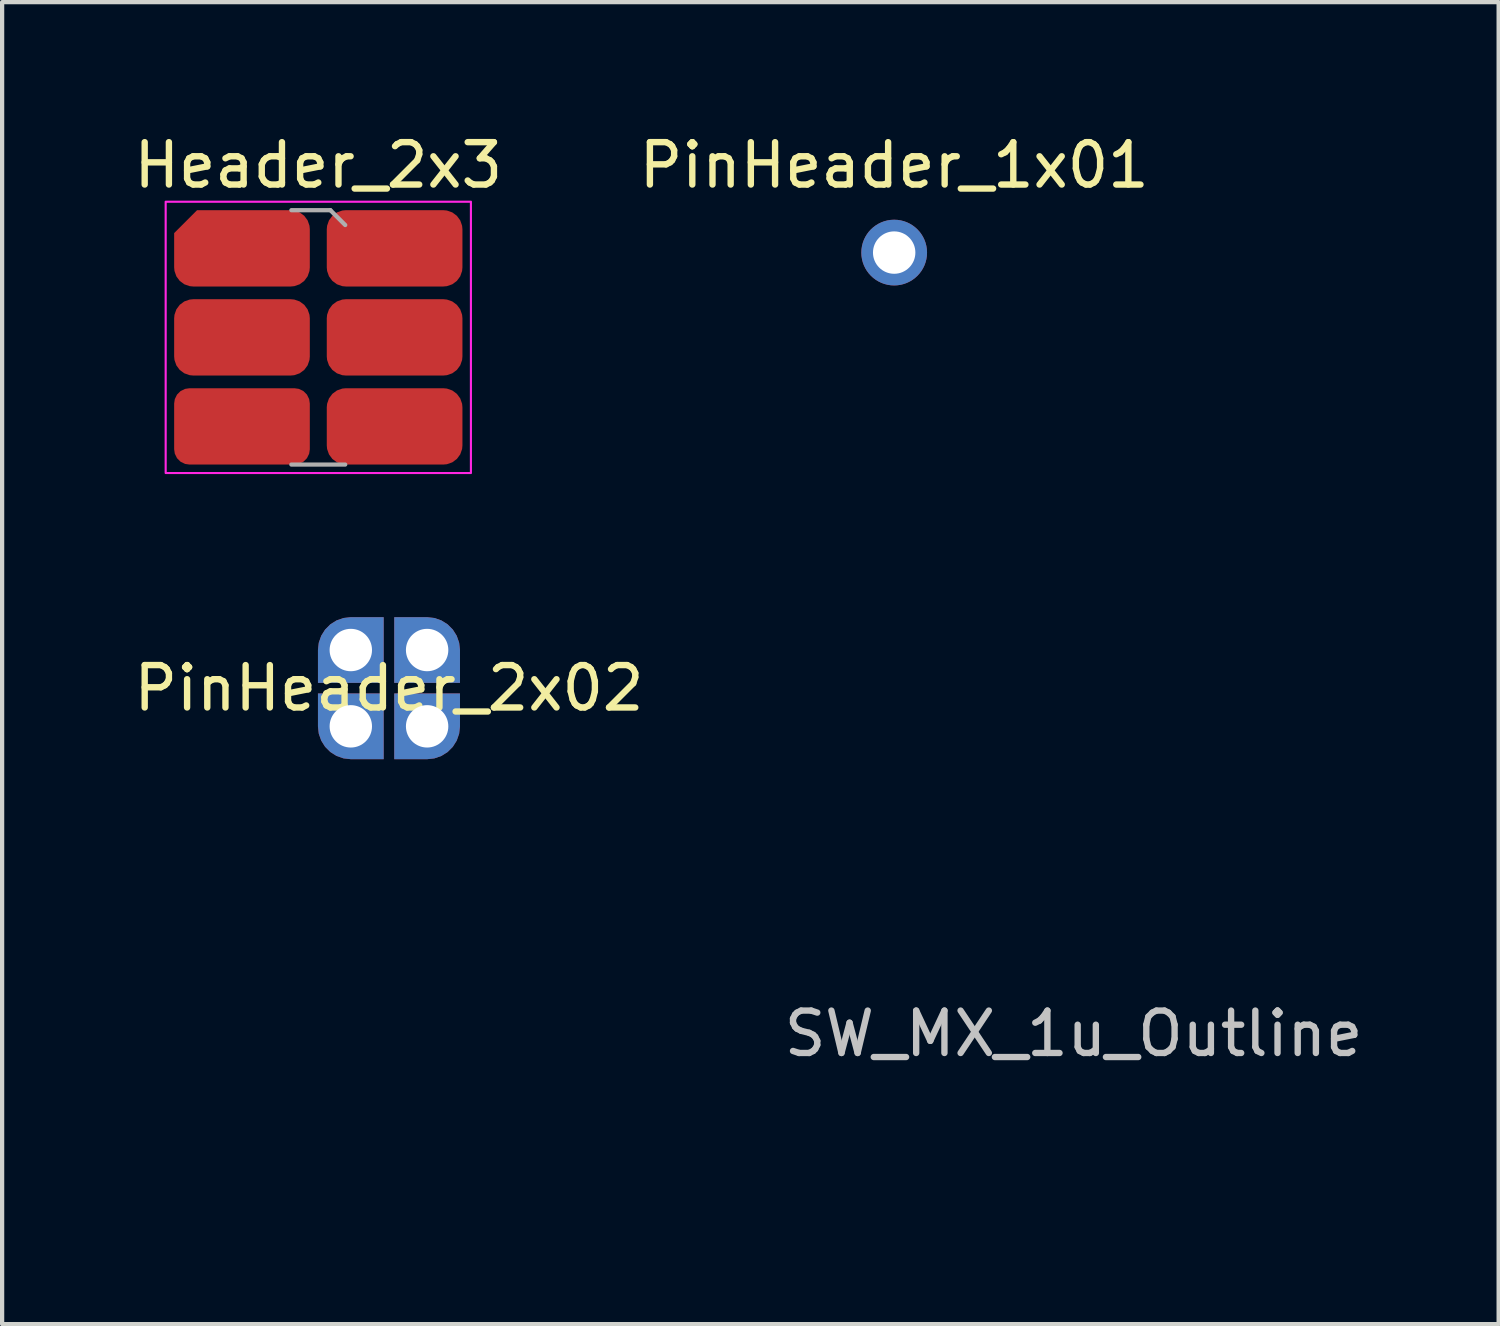
<source format=kicad_pcb>
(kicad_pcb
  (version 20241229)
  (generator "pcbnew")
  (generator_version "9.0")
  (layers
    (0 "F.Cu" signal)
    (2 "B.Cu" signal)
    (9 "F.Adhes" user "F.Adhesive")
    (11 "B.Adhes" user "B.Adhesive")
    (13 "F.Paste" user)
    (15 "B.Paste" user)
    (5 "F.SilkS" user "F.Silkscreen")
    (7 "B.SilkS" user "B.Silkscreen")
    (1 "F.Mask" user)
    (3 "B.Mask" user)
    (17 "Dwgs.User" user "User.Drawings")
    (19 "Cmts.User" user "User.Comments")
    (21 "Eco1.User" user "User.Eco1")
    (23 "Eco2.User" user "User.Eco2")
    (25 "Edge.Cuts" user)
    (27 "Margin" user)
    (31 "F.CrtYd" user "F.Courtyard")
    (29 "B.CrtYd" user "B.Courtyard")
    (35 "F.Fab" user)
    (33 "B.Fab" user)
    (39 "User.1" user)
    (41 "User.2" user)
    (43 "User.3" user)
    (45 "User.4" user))
  (footprint "PinHeader_2x02"
    (layer "F.Cu")
    (at 6.125 13.183)
    (property "Reference" "PinHeader_2x02" (at 0 0 0) (layer "F.SilkS") (effects (font (size 1 1) (thickness 0.15))))
    (attr through_hole)
    (fp_circle (center 0 0) (end 2 0) (stroke (width 0.1) (type default)) (fill no) (layer "Eco2.User"))
    (pad "1" thru_hole roundrect (at 0.9 -0.9) (size 1.55 1.55) (drill 1) (layers "*.Cu" "B.Mask") (roundrect_rratio 0.5) (chamfer_ratio 0) (chamfer top_left bottom_left bottom_right))
    (pad "2" thru_hole roundrect (at -0.9 0.9) (size 1.55 1.55) (drill 1) (layers "*.Cu" "B.Mask") (roundrect_rratio 0.5) (chamfer_ratio 0) (chamfer top_left top_right bottom_right))
    (pad "3" thru_hole roundrect (at -0.9 -0.9) (size 1.55 1.55) (drill 1) (layers "*.Cu" "B.Mask") (roundrect_rratio 0.5) (chamfer_ratio 0) (chamfer top_right bottom_left bottom_right))
    (pad "4" thru_hole roundrect (at 0.9 0.9) (size 1.55 1.55) (drill 1) (layers "*.Cu" "B.Mask") (roundrect_rratio 0.5) (chamfer_ratio 0) (chamfer top_left top_right bottom_left)))
  (footprint "SW_MX_1u_Outline"
    (layer "F.Cu")
    (at 22.275 18.158)
    (property "Reference" "SW_MX_1u_Outline" (at 0 3.175 0) (layer "Dwgs.User") (effects (font (size 1 1) (thickness 0.15))))
    (attr through_hole exclude_from_pos_files exclude_from_bom)
    (fp_circle (center -3.81 -2.54) (end -2.854 -2.54) (stroke (width 0.388) (type default)) (fill no) (layer "Eco1.User"))
    (fp_circle (center 2.54 -5.08) (end 3.496 -5.08) (stroke (width 0.388) (type default)) (fill no) (layer "Eco1.User"))
    (fp_line (start -7 6.5) (end -7 -6.5) (stroke (width 0.05) (type solid)) (layer "Eco2.User"))
    (fp_line (start -6.5 -7) (end 6.5 -7) (stroke (width 0.05) (type solid)) (layer "Eco2.User"))
    (fp_line (start 6.5 7) (end -6.5 7) (stroke (width 0.05) (type solid)) (layer "Eco2.User"))
    (fp_line (start 7 -6.5) (end 7 6.5) (stroke (width 0.05) (type solid)) (layer "Eco2.User"))
    (fp_arc (start -7 -6.5) (mid -6.853553 -6.853553) (end -6.5 -7) (stroke (width 0.05) (type solid)) (layer "Eco2.User"))
    (fp_arc (start -6.5 7) (mid -6.853553 6.853553) (end -7 6.5) (stroke (width 0.05) (type solid)) (layer "Eco2.User"))
    (fp_arc (start 6.5 -7) (mid 6.853553 -6.853553) (end 7 -6.5) (stroke (width 0.05) (type solid)) (layer "Eco2.User"))
    (fp_arc (start 6.997236 6.498884) (mid 6.850789 6.852437) (end 6.497236 6.998884) (stroke (width 0.05) (type solid)) (layer "Eco2.User"))
    (fp_circle (center -5.08 0) (end -4.205 0) (stroke (width 0.1) (type solid)) (fill no) (layer "Eco2.User"))
    (fp_circle (center 0 0) (end 1.994 0) (stroke (width 0.1) (type solid)) (fill no) (layer "Eco2.User"))
    (fp_circle (center 5.08 0) (end 5.955 0) (stroke (width 0.1) (type solid)) (fill no) (layer "Eco2.User")))
  (footprint "PinHeader_1x01"
    (layer "F.Cu")
    (at 18.042 2.908)
    (property "Reference" "PinHeader_1x01" (at 0 -2.06 0) (layer "F.SilkS") (effects (font (size 1 1) (thickness 0.15))))
    (attr through_hole)
    (pad "1" thru_hole circle (at 0 0) (size 1.55 1.55) (drill 1) (layers "*.Cu" "B.Mask")))
  (footprint "Header_2x3"
    (layer "F.Cu")
    (at 4.458 4.908)
    (property "Reference" "Header_2x3" (at 0 -4.06 0) (layer "F.SilkS") (effects (font (size 1 1) (thickness 0.15))))
    (attr smd)
    (fp_rect (start -3.6 -3.2) (end 3.6 3.2) (stroke (width 0.05) (type default)) (fill no) (layer "F.CrtYd"))
    (fp_line (start -0.635 -3) (end 0.285 -3) (stroke (width 0.1) (type solid)) (layer "F.Fab"))
    (fp_line (start 0.635 -2.65) (end 0.285 -3) (stroke (width 0.1) (type solid)) (layer "F.Fab"))
    (fp_line (start 0.635 3) (end -0.635 3) (stroke (width 0.1) (type solid)) (layer "F.Fab"))
    (pad "1" smd roundrect (at 1.8 -2.1) (size 3.2 1.8) (layers "F.Cu" "F.Mask" "F.Paste") (roundrect_rratio 0.25))
    (pad "2" smd roundrect (at 1.8 0) (size 3.2 1.8) (layers "F.Cu" "F.Mask" "F.Paste") (roundrect_rratio 0.25))
    (pad "3" smd roundrect (at 1.8 2.1) (size 3.2 1.8) (layers "F.Cu" "F.Mask" "F.Paste") (roundrect_rratio 0.25))
    (pad "4" smd roundrect (at -1.8 2.1) (size 3.2 1.8) (layers "F.Cu" "F.Mask" "F.Paste") (roundrect_rratio 0.2))
    (pad "5" smd roundrect (at -1.8 0) (size 3.2 1.8) (layers "F.Cu" "F.Mask" "F.Paste") (roundrect_rratio 0.25))
    (pad "6" smd roundrect (at -1.8 -2.1) (size 3.2 1.8) (layers "F.Cu" "F.Mask" "F.Paste") (roundrect_rratio 0.25) (chamfer_ratio 0.3) (chamfer top_left)))
  (gr_rect
    (start -3 -3)
    (end 32.3 28.183)
    (stroke (width 0.1) (type default))
    (fill no)
    (layer "Edge.Cuts")))
</source>
